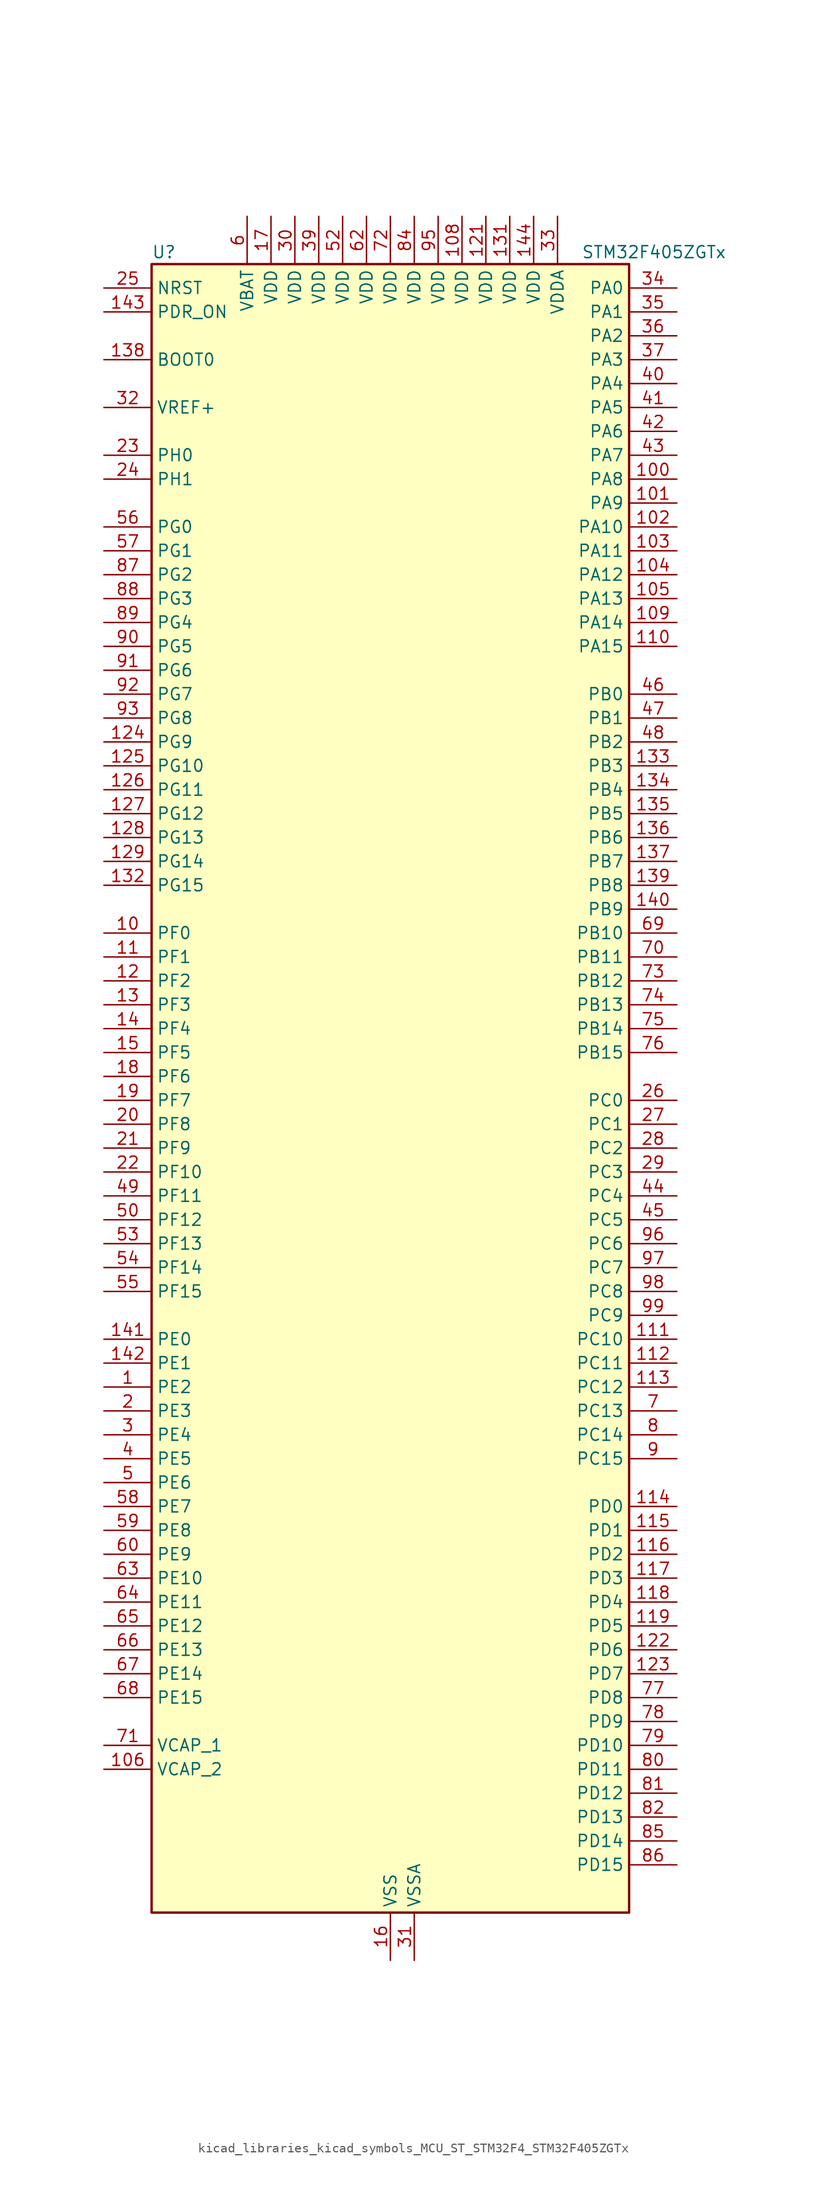
<source format=kicad_sym>
(kicad_symbol_lib
  (version 20220914)
  (generator kicad_symbol_editor)
  (symbol "kicad_libraries_kicad_symbols_MCU_ST_STM32F4_STM32F405ZGTx"
    (property "Reference" "U"
      (at -25.4 90.17 0)
      (effects (font (size 1.27 1.27)) (justify left)))
    (property "Value" "STM32F405ZGTx"
      (at 20.32 90.17 0)
      (effects (font (size 1.27 1.27)) (justify left)))
    (property "ki_locked" ""
      (at 0 0 0)
      (effects (font (size 1.27 1.27))))
    (symbol "kicad_libraries_kicad_symbols_MCU_ST_STM32F4_STM32F405ZGTx_0_1"
      (rectangle (start -25.4 -86.36) (end 25.4 88.9) (stroke (width 0.254) (type default)) (fill (type background))))
    (symbol "kicad_libraries_kicad_symbols_MCU_ST_STM32F4_STM32F405ZGTx_1_1"
      (pin bidirectional line (at -30.48 -30.48 0) (length 5.08) (name "PE2" (effects (font (size 1.27 1.27)))) (number "1" (effects (font (size 1.27 1.27)))) (alternate "FSMC_A23" bidirectional line) (alternate "SYS_TRACECLK" bidirectional line))
      (pin bidirectional line (at -30.48 17.78 0) (length 5.08) (name "PF0" (effects (font (size 1.27 1.27)))) (number "10" (effects (font (size 1.27 1.27)))) (alternate "FSMC_A0" bidirectional line) (alternate "I2C2_SDA" bidirectional line))
      (pin bidirectional line (at 30.48 66.04 180) (length 5.08) (name "PA8" (effects (font (size 1.27 1.27)))) (number "100" (effects (font (size 1.27 1.27)))) (alternate "I2C3_SCL" bidirectional line) (alternate "RCC_MCO_1" bidirectional line) (alternate "TIM1_CH1" bidirectional line) (alternate "USART1_CK" bidirectional line) (alternate "USB_OTG_FS_SOF" bidirectional line))
      (pin bidirectional line (at 30.48 63.5 180) (length 5.08) (name "PA9" (effects (font (size 1.27 1.27)))) (number "101" (effects (font (size 1.27 1.27)))) (alternate "DAC_EXTI9" bidirectional line) (alternate "I2C3_SMBA" bidirectional line) (alternate "TIM1_CH2" bidirectional line) (alternate "USART1_TX" bidirectional line) (alternate "USB_OTG_FS_VBUS" bidirectional line))
      (pin bidirectional line (at 30.48 60.96 180) (length 5.08) (name "PA10" (effects (font (size 1.27 1.27)))) (number "102" (effects (font (size 1.27 1.27)))) (alternate "TIM1_CH3" bidirectional line) (alternate "USART1_RX" bidirectional line) (alternate "USB_OTG_FS_ID" bidirectional line))
      (pin bidirectional line (at 30.48 58.42 180) (length 5.08) (name "PA11" (effects (font (size 1.27 1.27)))) (number "103" (effects (font (size 1.27 1.27)))) (alternate "ADC1_EXTI11" bidirectional line) (alternate "ADC2_EXTI11" bidirectional line) (alternate "ADC3_EXTI11" bidirectional line) (alternate "CAN1_RX" bidirectional line) (alternate "TIM1_CH4" bidirectional line) (alternate "USART1_CTS" bidirectional line) (alternate "USB_OTG_FS_DM" bidirectional line))
      (pin bidirectional line (at 30.48 55.88 180) (length 5.08) (name "PA12" (effects (font (size 1.27 1.27)))) (number "104" (effects (font (size 1.27 1.27)))) (alternate "CAN1_TX" bidirectional line) (alternate "TIM1_ETR" bidirectional line) (alternate "USART1_RTS" bidirectional line) (alternate "USB_OTG_FS_DP" bidirectional line))
      (pin bidirectional line (at 30.48 53.34 180) (length 5.08) (name "PA13" (effects (font (size 1.27 1.27)))) (number "105" (effects (font (size 1.27 1.27)))) (alternate "SYS_JTMS-SWDIO" bidirectional line))
      (pin power_out line (at -30.48 -71.12 0) (length 5.08) (name "VCAP_2" (effects (font (size 1.27 1.27)))) (number "106" (effects (font (size 1.27 1.27)))))
      (pin passive line (at 0 -91.44 90) (length 5.08) hide (name "VSS" (effects (font (size 1.27 1.27)))) (number "107" (effects (font (size 1.27 1.27)))))
      (pin power_in line (at 7.62 93.98 270) (length 5.08) (name "VDD" (effects (font (size 1.27 1.27)))) (number "108" (effects (font (size 1.27 1.27)))))
      (pin bidirectional line (at 30.48 50.8 180) (length 5.08) (name "PA14" (effects (font (size 1.27 1.27)))) (number "109" (effects (font (size 1.27 1.27)))) (alternate "SYS_JTCK-SWCLK" bidirectional line))
      (pin bidirectional line (at -30.48 15.24 0) (length 5.08) (name "PF1" (effects (font (size 1.27 1.27)))) (number "11" (effects (font (size 1.27 1.27)))) (alternate "FSMC_A1" bidirectional line) (alternate "I2C2_SCL" bidirectional line))
      (pin bidirectional line (at 30.48 48.26 180) (length 5.08) (name "PA15" (effects (font (size 1.27 1.27)))) (number "110" (effects (font (size 1.27 1.27)))) (alternate "ADC1_EXTI15" bidirectional line) (alternate "ADC2_EXTI15" bidirectional line) (alternate "ADC3_EXTI15" bidirectional line) (alternate "I2S3_WS" bidirectional line) (alternate "SPI1_NSS" bidirectional line) (alternate "SPI3_NSS" bidirectional line) (alternate "SYS_JTDI" bidirectional line) (alternate "TIM2_CH1" bidirectional line) (alternate "TIM2_ETR" bidirectional line))
      (pin bidirectional line (at 30.48 -25.4 180) (length 5.08) (name "PC10" (effects (font (size 1.27 1.27)))) (number "111" (effects (font (size 1.27 1.27)))) (alternate "I2S3_CK" bidirectional line) (alternate "SDIO_D2" bidirectional line) (alternate "SPI3_SCK" bidirectional line) (alternate "UART4_TX" bidirectional line) (alternate "USART3_TX" bidirectional line))
      (pin bidirectional line (at 30.48 -27.94 180) (length 5.08) (name "PC11" (effects (font (size 1.27 1.27)))) (number "112" (effects (font (size 1.27 1.27)))) (alternate "ADC1_EXTI11" bidirectional line) (alternate "ADC2_EXTI11" bidirectional line) (alternate "ADC3_EXTI11" bidirectional line) (alternate "I2S3_ext_SD" bidirectional line) (alternate "SDIO_D3" bidirectional line) (alternate "SPI3_MISO" bidirectional line) (alternate "UART4_RX" bidirectional line) (alternate "USART3_RX" bidirectional line))
      (pin bidirectional line (at 30.48 -30.48 180) (length 5.08) (name "PC12" (effects (font (size 1.27 1.27)))) (number "113" (effects (font (size 1.27 1.27)))) (alternate "I2S3_SD" bidirectional line) (alternate "SDIO_CK" bidirectional line) (alternate "SPI3_MOSI" bidirectional line) (alternate "UART5_TX" bidirectional line) (alternate "USART3_CK" bidirectional line))
      (pin bidirectional line (at 30.48 -43.18 180) (length 5.08) (name "PD0" (effects (font (size 1.27 1.27)))) (number "114" (effects (font (size 1.27 1.27)))) (alternate "CAN1_RX" bidirectional line) (alternate "FSMC_D2" bidirectional line) (alternate "FSMC_DA2" bidirectional line))
      (pin bidirectional line (at 30.48 -45.72 180) (length 5.08) (name "PD1" (effects (font (size 1.27 1.27)))) (number "115" (effects (font (size 1.27 1.27)))) (alternate "CAN1_TX" bidirectional line) (alternate "FSMC_D3" bidirectional line) (alternate "FSMC_DA3" bidirectional line))
      (pin bidirectional line (at 30.48 -48.26 180) (length 5.08) (name "PD2" (effects (font (size 1.27 1.27)))) (number "116" (effects (font (size 1.27 1.27)))) (alternate "SDIO_CMD" bidirectional line) (alternate "TIM3_ETR" bidirectional line) (alternate "UART5_RX" bidirectional line))
      (pin bidirectional line (at 30.48 -50.8 180) (length 5.08) (name "PD3" (effects (font (size 1.27 1.27)))) (number "117" (effects (font (size 1.27 1.27)))) (alternate "FSMC_CLK" bidirectional line) (alternate "USART2_CTS" bidirectional line))
      (pin bidirectional line (at 30.48 -53.34 180) (length 5.08) (name "PD4" (effects (font (size 1.27 1.27)))) (number "118" (effects (font (size 1.27 1.27)))) (alternate "FSMC_NOE" bidirectional line) (alternate "USART2_RTS" bidirectional line))
      (pin bidirectional line (at 30.48 -55.88 180) (length 5.08) (name "PD5" (effects (font (size 1.27 1.27)))) (number "119" (effects (font (size 1.27 1.27)))) (alternate "FSMC_NWE" bidirectional line) (alternate "USART2_TX" bidirectional line))
      (pin bidirectional line (at -30.48 12.7 0) (length 5.08) (name "PF2" (effects (font (size 1.27 1.27)))) (number "12" (effects (font (size 1.27 1.27)))) (alternate "FSMC_A2" bidirectional line) (alternate "I2C2_SMBA" bidirectional line))
      (pin passive line (at 0 -91.44 90) (length 5.08) hide (name "VSS" (effects (font (size 1.27 1.27)))) (number "120" (effects (font (size 1.27 1.27)))))
      (pin power_in line (at 10.16 93.98 270) (length 5.08) (name "VDD" (effects (font (size 1.27 1.27)))) (number "121" (effects (font (size 1.27 1.27)))))
      (pin bidirectional line (at 30.48 -58.42 180) (length 5.08) (name "PD6" (effects (font (size 1.27 1.27)))) (number "122" (effects (font (size 1.27 1.27)))) (alternate "FSMC_NWAIT" bidirectional line) (alternate "USART2_RX" bidirectional line))
      (pin bidirectional line (at 30.48 -60.96 180) (length 5.08) (name "PD7" (effects (font (size 1.27 1.27)))) (number "123" (effects (font (size 1.27 1.27)))) (alternate "FSMC_NCE2" bidirectional line) (alternate "FSMC_NE1" bidirectional line) (alternate "USART2_CK" bidirectional line))
      (pin bidirectional line (at -30.48 38.1 0) (length 5.08) (name "PG9" (effects (font (size 1.27 1.27)))) (number "124" (effects (font (size 1.27 1.27)))) (alternate "DAC_EXTI9" bidirectional line) (alternate "FSMC_NCE3" bidirectional line) (alternate "FSMC_NE2" bidirectional line) (alternate "USART6_RX" bidirectional line))
      (pin bidirectional line (at -30.48 35.56 0) (length 5.08) (name "PG10" (effects (font (size 1.27 1.27)))) (number "125" (effects (font (size 1.27 1.27)))) (alternate "FSMC_NCE4_1" bidirectional line) (alternate "FSMC_NE3" bidirectional line))
      (pin bidirectional line (at -30.48 33.02 0) (length 5.08) (name "PG11" (effects (font (size 1.27 1.27)))) (number "126" (effects (font (size 1.27 1.27)))) (alternate "ADC1_EXTI11" bidirectional line) (alternate "ADC2_EXTI11" bidirectional line) (alternate "ADC3_EXTI11" bidirectional line) (alternate "FSMC_NCE4_2" bidirectional line))
      (pin bidirectional line (at -30.48 30.48 0) (length 5.08) (name "PG12" (effects (font (size 1.27 1.27)))) (number "127" (effects (font (size 1.27 1.27)))) (alternate "FSMC_NE4" bidirectional line) (alternate "USART6_RTS" bidirectional line))
      (pin bidirectional line (at -30.48 27.94 0) (length 5.08) (name "PG13" (effects (font (size 1.27 1.27)))) (number "128" (effects (font (size 1.27 1.27)))) (alternate "FSMC_A24" bidirectional line) (alternate "USART6_CTS" bidirectional line))
      (pin bidirectional line (at -30.48 25.4 0) (length 5.08) (name "PG14" (effects (font (size 1.27 1.27)))) (number "129" (effects (font (size 1.27 1.27)))) (alternate "FSMC_A25" bidirectional line) (alternate "USART6_TX" bidirectional line))
      (pin bidirectional line (at -30.48 10.16 0) (length 5.08) (name "PF3" (effects (font (size 1.27 1.27)))) (number "13" (effects (font (size 1.27 1.27)))) (alternate "ADC3_IN9" bidirectional line) (alternate "FSMC_A3" bidirectional line))
      (pin passive line (at 0 -91.44 90) (length 5.08) hide (name "VSS" (effects (font (size 1.27 1.27)))) (number "130" (effects (font (size 1.27 1.27)))))
      (pin power_in line (at 12.7 93.98 270) (length 5.08) (name "VDD" (effects (font (size 1.27 1.27)))) (number "131" (effects (font (size 1.27 1.27)))))
      (pin bidirectional line (at -30.48 22.86 0) (length 5.08) (name "PG15" (effects (font (size 1.27 1.27)))) (number "132" (effects (font (size 1.27 1.27)))) (alternate "ADC1_EXTI15" bidirectional line) (alternate "ADC2_EXTI15" bidirectional line) (alternate "ADC3_EXTI15" bidirectional line) (alternate "USART6_CTS" bidirectional line))
      (pin bidirectional line (at 30.48 35.56 180) (length 5.08) (name "PB3" (effects (font (size 1.27 1.27)))) (number "133" (effects (font (size 1.27 1.27)))) (alternate "I2S3_CK" bidirectional line) (alternate "SPI1_SCK" bidirectional line) (alternate "SPI3_SCK" bidirectional line) (alternate "SYS_JTDO-SWO" bidirectional line) (alternate "TIM2_CH2" bidirectional line))
      (pin bidirectional line (at 30.48 33.02 180) (length 5.08) (name "PB4" (effects (font (size 1.27 1.27)))) (number "134" (effects (font (size 1.27 1.27)))) (alternate "I2S3_ext_SD" bidirectional line) (alternate "SPI1_MISO" bidirectional line) (alternate "SPI3_MISO" bidirectional line) (alternate "SYS_JTRST" bidirectional line) (alternate "TIM3_CH1" bidirectional line))
      (pin bidirectional line (at 30.48 30.48 180) (length 5.08) (name "PB5" (effects (font (size 1.27 1.27)))) (number "135" (effects (font (size 1.27 1.27)))) (alternate "CAN2_RX" bidirectional line) (alternate "I2C1_SMBA" bidirectional line) (alternate "I2S3_SD" bidirectional line) (alternate "SPI1_MOSI" bidirectional line) (alternate "SPI3_MOSI" bidirectional line) (alternate "TIM3_CH2" bidirectional line) (alternate "USB_OTG_HS_ULPI_D7" bidirectional line))
      (pin bidirectional line (at 30.48 27.94 180) (length 5.08) (name "PB6" (effects (font (size 1.27 1.27)))) (number "136" (effects (font (size 1.27 1.27)))) (alternate "CAN2_TX" bidirectional line) (alternate "I2C1_SCL" bidirectional line) (alternate "TIM4_CH1" bidirectional line) (alternate "USART1_TX" bidirectional line))
      (pin bidirectional line (at 30.48 25.4 180) (length 5.08) (name "PB7" (effects (font (size 1.27 1.27)))) (number "137" (effects (font (size 1.27 1.27)))) (alternate "FSMC_NL" bidirectional line) (alternate "I2C1_SDA" bidirectional line) (alternate "TIM4_CH2" bidirectional line) (alternate "USART1_RX" bidirectional line))
      (pin input line (at -30.48 78.74 0) (length 5.08) (name "BOOT0" (effects (font (size 1.27 1.27)))) (number "138" (effects (font (size 1.27 1.27)))))
      (pin bidirectional line (at 30.48 22.86 180) (length 5.08) (name "PB8" (effects (font (size 1.27 1.27)))) (number "139" (effects (font (size 1.27 1.27)))) (alternate "CAN1_RX" bidirectional line) (alternate "I2C1_SCL" bidirectional line) (alternate "SDIO_D4" bidirectional line) (alternate "TIM10_CH1" bidirectional line) (alternate "TIM4_CH3" bidirectional line))
      (pin bidirectional line (at -30.48 7.62 0) (length 5.08) (name "PF4" (effects (font (size 1.27 1.27)))) (number "14" (effects (font (size 1.27 1.27)))) (alternate "ADC3_IN14" bidirectional line) (alternate "FSMC_A4" bidirectional line))
      (pin bidirectional line (at 30.48 20.32 180) (length 5.08) (name "PB9" (effects (font (size 1.27 1.27)))) (number "140" (effects (font (size 1.27 1.27)))) (alternate "CAN1_TX" bidirectional line) (alternate "DAC_EXTI9" bidirectional line) (alternate "I2C1_SDA" bidirectional line) (alternate "I2S2_WS" bidirectional line) (alternate "SDIO_D5" bidirectional line) (alternate "SPI2_NSS" bidirectional line) (alternate "TIM11_CH1" bidirectional line) (alternate "TIM4_CH4" bidirectional line))
      (pin bidirectional line (at -30.48 -25.4 0) (length 5.08) (name "PE0" (effects (font (size 1.27 1.27)))) (number "141" (effects (font (size 1.27 1.27)))) (alternate "FSMC_NBL0" bidirectional line) (alternate "TIM4_ETR" bidirectional line))
      (pin bidirectional line (at -30.48 -27.94 0) (length 5.08) (name "PE1" (effects (font (size 1.27 1.27)))) (number "142" (effects (font (size 1.27 1.27)))) (alternate "FSMC_NBL1" bidirectional line))
      (pin input line (at -30.48 83.82 0) (length 5.08) (name "PDR_ON" (effects (font (size 1.27 1.27)))) (number "143" (effects (font (size 1.27 1.27)))))
      (pin power_in line (at 15.24 93.98 270) (length 5.08) (name "VDD" (effects (font (size 1.27 1.27)))) (number "144" (effects (font (size 1.27 1.27)))))
      (pin bidirectional line (at -30.48 5.08 0) (length 5.08) (name "PF5" (effects (font (size 1.27 1.27)))) (number "15" (effects (font (size 1.27 1.27)))) (alternate "ADC3_IN15" bidirectional line) (alternate "FSMC_A5" bidirectional line))
      (pin power_in line (at 0 -91.44 90) (length 5.08) (name "VSS" (effects (font (size 1.27 1.27)))) (number "16" (effects (font (size 1.27 1.27)))))
      (pin power_in line (at -12.7 93.98 270) (length 5.08) (name "VDD" (effects (font (size 1.27 1.27)))) (number "17" (effects (font (size 1.27 1.27)))))
      (pin bidirectional line (at -30.48 2.54 0) (length 5.08) (name "PF6" (effects (font (size 1.27 1.27)))) (number "18" (effects (font (size 1.27 1.27)))) (alternate "ADC3_IN4" bidirectional line) (alternate "FSMC_NIORD" bidirectional line) (alternate "TIM10_CH1" bidirectional line))
      (pin bidirectional line (at -30.48 0 0) (length 5.08) (name "PF7" (effects (font (size 1.27 1.27)))) (number "19" (effects (font (size 1.27 1.27)))) (alternate "ADC3_IN5" bidirectional line) (alternate "FSMC_NREG" bidirectional line) (alternate "TIM11_CH1" bidirectional line))
      (pin bidirectional line (at -30.48 -33.02 0) (length 5.08) (name "PE3" (effects (font (size 1.27 1.27)))) (number "2" (effects (font (size 1.27 1.27)))) (alternate "FSMC_A19" bidirectional line) (alternate "SYS_TRACED0" bidirectional line))
      (pin bidirectional line (at -30.48 -2.54 0) (length 5.08) (name "PF8" (effects (font (size 1.27 1.27)))) (number "20" (effects (font (size 1.27 1.27)))) (alternate "ADC3_IN6" bidirectional line) (alternate "FSMC_NIOWR" bidirectional line) (alternate "TIM13_CH1" bidirectional line))
      (pin bidirectional line (at -30.48 -5.08 0) (length 5.08) (name "PF9" (effects (font (size 1.27 1.27)))) (number "21" (effects (font (size 1.27 1.27)))) (alternate "ADC3_IN7" bidirectional line) (alternate "DAC_EXTI9" bidirectional line) (alternate "FSMC_CD" bidirectional line) (alternate "TIM14_CH1" bidirectional line))
      (pin bidirectional line (at -30.48 -7.62 0) (length 5.08) (name "PF10" (effects (font (size 1.27 1.27)))) (number "22" (effects (font (size 1.27 1.27)))) (alternate "ADC3_IN8" bidirectional line) (alternate "FSMC_INTR" bidirectional line))
      (pin bidirectional line (at -30.48 68.58 0) (length 5.08) (name "PH0" (effects (font (size 1.27 1.27)))) (number "23" (effects (font (size 1.27 1.27)))) (alternate "RCC_OSC_IN" bidirectional line))
      (pin bidirectional line (at -30.48 66.04 0) (length 5.08) (name "PH1" (effects (font (size 1.27 1.27)))) (number "24" (effects (font (size 1.27 1.27)))) (alternate "RCC_OSC_OUT" bidirectional line))
      (pin input line (at -30.48 86.36 0) (length 5.08) (name "NRST" (effects (font (size 1.27 1.27)))) (number "25" (effects (font (size 1.27 1.27)))))
      (pin bidirectional line (at 30.48 0 180) (length 5.08) (name "PC0" (effects (font (size 1.27 1.27)))) (number "26" (effects (font (size 1.27 1.27)))) (alternate "ADC1_IN10" bidirectional line) (alternate "ADC2_IN10" bidirectional line) (alternate "ADC3_IN10" bidirectional line) (alternate "USB_OTG_HS_ULPI_STP" bidirectional line))
      (pin bidirectional line (at 30.48 -2.54 180) (length 5.08) (name "PC1" (effects (font (size 1.27 1.27)))) (number "27" (effects (font (size 1.27 1.27)))) (alternate "ADC1_IN11" bidirectional line) (alternate "ADC2_IN11" bidirectional line) (alternate "ADC3_IN11" bidirectional line))
      (pin bidirectional line (at 30.48 -5.08 180) (length 5.08) (name "PC2" (effects (font (size 1.27 1.27)))) (number "28" (effects (font (size 1.27 1.27)))) (alternate "ADC1_IN12" bidirectional line) (alternate "ADC2_IN12" bidirectional line) (alternate "ADC3_IN12" bidirectional line) (alternate "I2S2_ext_SD" bidirectional line) (alternate "SPI2_MISO" bidirectional line) (alternate "USB_OTG_HS_ULPI_DIR" bidirectional line))
      (pin bidirectional line (at 30.48 -7.62 180) (length 5.08) (name "PC3" (effects (font (size 1.27 1.27)))) (number "29" (effects (font (size 1.27 1.27)))) (alternate "ADC1_IN13" bidirectional line) (alternate "ADC2_IN13" bidirectional line) (alternate "ADC3_IN13" bidirectional line) (alternate "I2S2_SD" bidirectional line) (alternate "SPI2_MOSI" bidirectional line) (alternate "USB_OTG_HS_ULPI_NXT" bidirectional line))
      (pin bidirectional line (at -30.48 -35.56 0) (length 5.08) (name "PE4" (effects (font (size 1.27 1.27)))) (number "3" (effects (font (size 1.27 1.27)))) (alternate "FSMC_A20" bidirectional line) (alternate "SYS_TRACED1" bidirectional line))
      (pin power_in line (at -10.16 93.98 270) (length 5.08) (name "VDD" (effects (font (size 1.27 1.27)))) (number "30" (effects (font (size 1.27 1.27)))))
      (pin power_in line (at 2.54 -91.44 90) (length 5.08) (name "VSSA" (effects (font (size 1.27 1.27)))) (number "31" (effects (font (size 1.27 1.27)))))
      (pin input line (at -30.48 73.66 0) (length 5.08) (name "VREF+" (effects (font (size 1.27 1.27)))) (number "32" (effects (font (size 1.27 1.27)))))
      (pin power_in line (at 17.78 93.98 270) (length 5.08) (name "VDDA" (effects (font (size 1.27 1.27)))) (number "33" (effects (font (size 1.27 1.27)))))
      (pin bidirectional line (at 30.48 86.36 180) (length 5.08) (name "PA0" (effects (font (size 1.27 1.27)))) (number "34" (effects (font (size 1.27 1.27)))) (alternate "ADC1_IN0" bidirectional line) (alternate "ADC2_IN0" bidirectional line) (alternate "ADC3_IN0" bidirectional line) (alternate "SYS_WKUP" bidirectional line) (alternate "TIM2_CH1" bidirectional line) (alternate "TIM2_ETR" bidirectional line) (alternate "TIM5_CH1" bidirectional line) (alternate "TIM8_ETR" bidirectional line) (alternate "UART4_TX" bidirectional line) (alternate "USART2_CTS" bidirectional line))
      (pin bidirectional line (at 30.48 83.82 180) (length 5.08) (name "PA1" (effects (font (size 1.27 1.27)))) (number "35" (effects (font (size 1.27 1.27)))) (alternate "ADC1_IN1" bidirectional line) (alternate "ADC2_IN1" bidirectional line) (alternate "ADC3_IN1" bidirectional line) (alternate "TIM2_CH2" bidirectional line) (alternate "TIM5_CH2" bidirectional line) (alternate "UART4_RX" bidirectional line) (alternate "USART2_RTS" bidirectional line))
      (pin bidirectional line (at 30.48 81.28 180) (length 5.08) (name "PA2" (effects (font (size 1.27 1.27)))) (number "36" (effects (font (size 1.27 1.27)))) (alternate "ADC1_IN2" bidirectional line) (alternate "ADC2_IN2" bidirectional line) (alternate "ADC3_IN2" bidirectional line) (alternate "TIM2_CH3" bidirectional line) (alternate "TIM5_CH3" bidirectional line) (alternate "TIM9_CH1" bidirectional line) (alternate "USART2_TX" bidirectional line))
      (pin bidirectional line (at 30.48 78.74 180) (length 5.08) (name "PA3" (effects (font (size 1.27 1.27)))) (number "37" (effects (font (size 1.27 1.27)))) (alternate "ADC1_IN3" bidirectional line) (alternate "ADC2_IN3" bidirectional line) (alternate "ADC3_IN3" bidirectional line) (alternate "TIM2_CH4" bidirectional line) (alternate "TIM5_CH4" bidirectional line) (alternate "TIM9_CH2" bidirectional line) (alternate "USART2_RX" bidirectional line) (alternate "USB_OTG_HS_ULPI_D0" bidirectional line))
      (pin passive line (at 0 -91.44 90) (length 5.08) hide (name "VSS" (effects (font (size 1.27 1.27)))) (number "38" (effects (font (size 1.27 1.27)))))
      (pin power_in line (at -7.62 93.98 270) (length 5.08) (name "VDD" (effects (font (size 1.27 1.27)))) (number "39" (effects (font (size 1.27 1.27)))))
      (pin bidirectional line (at -30.48 -38.1 0) (length 5.08) (name "PE5" (effects (font (size 1.27 1.27)))) (number "4" (effects (font (size 1.27 1.27)))) (alternate "FSMC_A21" bidirectional line) (alternate "SYS_TRACED2" bidirectional line) (alternate "TIM9_CH1" bidirectional line))
      (pin bidirectional line (at 30.48 76.2 180) (length 5.08) (name "PA4" (effects (font (size 1.27 1.27)))) (number "40" (effects (font (size 1.27 1.27)))) (alternate "ADC1_IN4" bidirectional line) (alternate "ADC2_IN4" bidirectional line) (alternate "DAC_OUT1" bidirectional line) (alternate "I2S3_WS" bidirectional line) (alternate "SPI1_NSS" bidirectional line) (alternate "SPI3_NSS" bidirectional line) (alternate "USART2_CK" bidirectional line) (alternate "USB_OTG_HS_SOF" bidirectional line))
      (pin bidirectional line (at 30.48 73.66 180) (length 5.08) (name "PA5" (effects (font (size 1.27 1.27)))) (number "41" (effects (font (size 1.27 1.27)))) (alternate "ADC1_IN5" bidirectional line) (alternate "ADC2_IN5" bidirectional line) (alternate "DAC_OUT2" bidirectional line) (alternate "SPI1_SCK" bidirectional line) (alternate "TIM2_CH1" bidirectional line) (alternate "TIM2_ETR" bidirectional line) (alternate "TIM8_CH1N" bidirectional line) (alternate "USB_OTG_HS_ULPI_CK" bidirectional line))
      (pin bidirectional line (at 30.48 71.12 180) (length 5.08) (name "PA6" (effects (font (size 1.27 1.27)))) (number "42" (effects (font (size 1.27 1.27)))) (alternate "ADC1_IN6" bidirectional line) (alternate "ADC2_IN6" bidirectional line) (alternate "SPI1_MISO" bidirectional line) (alternate "TIM13_CH1" bidirectional line) (alternate "TIM1_BKIN" bidirectional line) (alternate "TIM3_CH1" bidirectional line) (alternate "TIM8_BKIN" bidirectional line))
      (pin bidirectional line (at 30.48 68.58 180) (length 5.08) (name "PA7" (effects (font (size 1.27 1.27)))) (number "43" (effects (font (size 1.27 1.27)))) (alternate "ADC1_IN7" bidirectional line) (alternate "ADC2_IN7" bidirectional line) (alternate "SPI1_MOSI" bidirectional line) (alternate "TIM14_CH1" bidirectional line) (alternate "TIM1_CH1N" bidirectional line) (alternate "TIM3_CH2" bidirectional line) (alternate "TIM8_CH1N" bidirectional line))
      (pin bidirectional line (at 30.48 -10.16 180) (length 5.08) (name "PC4" (effects (font (size 1.27 1.27)))) (number "44" (effects (font (size 1.27 1.27)))) (alternate "ADC1_IN14" bidirectional line) (alternate "ADC2_IN14" bidirectional line))
      (pin bidirectional line (at 30.48 -12.7 180) (length 5.08) (name "PC5" (effects (font (size 1.27 1.27)))) (number "45" (effects (font (size 1.27 1.27)))) (alternate "ADC1_IN15" bidirectional line) (alternate "ADC2_IN15" bidirectional line))
      (pin bidirectional line (at 30.48 43.18 180) (length 5.08) (name "PB0" (effects (font (size 1.27 1.27)))) (number "46" (effects (font (size 1.27 1.27)))) (alternate "ADC1_IN8" bidirectional line) (alternate "ADC2_IN8" bidirectional line) (alternate "TIM1_CH2N" bidirectional line) (alternate "TIM3_CH3" bidirectional line) (alternate "TIM8_CH2N" bidirectional line) (alternate "USB_OTG_HS_ULPI_D1" bidirectional line))
      (pin bidirectional line (at 30.48 40.64 180) (length 5.08) (name "PB1" (effects (font (size 1.27 1.27)))) (number "47" (effects (font (size 1.27 1.27)))) (alternate "ADC1_IN9" bidirectional line) (alternate "ADC2_IN9" bidirectional line) (alternate "TIM1_CH3N" bidirectional line) (alternate "TIM3_CH4" bidirectional line) (alternate "TIM8_CH3N" bidirectional line) (alternate "USB_OTG_HS_ULPI_D2" bidirectional line))
      (pin bidirectional line (at 30.48 38.1 180) (length 5.08) (name "PB2" (effects (font (size 1.27 1.27)))) (number "48" (effects (font (size 1.27 1.27)))))
      (pin bidirectional line (at -30.48 -10.16 0) (length 5.08) (name "PF11" (effects (font (size 1.27 1.27)))) (number "49" (effects (font (size 1.27 1.27)))) (alternate "ADC1_EXTI11" bidirectional line) (alternate "ADC2_EXTI11" bidirectional line) (alternate "ADC3_EXTI11" bidirectional line))
      (pin bidirectional line (at -30.48 -40.64 0) (length 5.08) (name "PE6" (effects (font (size 1.27 1.27)))) (number "5" (effects (font (size 1.27 1.27)))) (alternate "FSMC_A22" bidirectional line) (alternate "SYS_TRACED3" bidirectional line) (alternate "TIM9_CH2" bidirectional line))
      (pin bidirectional line (at -30.48 -12.7 0) (length 5.08) (name "PF12" (effects (font (size 1.27 1.27)))) (number "50" (effects (font (size 1.27 1.27)))) (alternate "FSMC_A6" bidirectional line))
      (pin passive line (at 0 -91.44 90) (length 5.08) hide (name "VSS" (effects (font (size 1.27 1.27)))) (number "51" (effects (font (size 1.27 1.27)))))
      (pin power_in line (at -5.08 93.98 270) (length 5.08) (name "VDD" (effects (font (size 1.27 1.27)))) (number "52" (effects (font (size 1.27 1.27)))))
      (pin bidirectional line (at -30.48 -15.24 0) (length 5.08) (name "PF13" (effects (font (size 1.27 1.27)))) (number "53" (effects (font (size 1.27 1.27)))) (alternate "FSMC_A7" bidirectional line))
      (pin bidirectional line (at -30.48 -17.78 0) (length 5.08) (name "PF14" (effects (font (size 1.27 1.27)))) (number "54" (effects (font (size 1.27 1.27)))) (alternate "FSMC_A8" bidirectional line))
      (pin bidirectional line (at -30.48 -20.32 0) (length 5.08) (name "PF15" (effects (font (size 1.27 1.27)))) (number "55" (effects (font (size 1.27 1.27)))) (alternate "ADC1_EXTI15" bidirectional line) (alternate "ADC2_EXTI15" bidirectional line) (alternate "ADC3_EXTI15" bidirectional line) (alternate "FSMC_A9" bidirectional line))
      (pin bidirectional line (at -30.48 60.96 0) (length 5.08) (name "PG0" (effects (font (size 1.27 1.27)))) (number "56" (effects (font (size 1.27 1.27)))) (alternate "FSMC_A10" bidirectional line))
      (pin bidirectional line (at -30.48 58.42 0) (length 5.08) (name "PG1" (effects (font (size 1.27 1.27)))) (number "57" (effects (font (size 1.27 1.27)))) (alternate "FSMC_A11" bidirectional line))
      (pin bidirectional line (at -30.48 -43.18 0) (length 5.08) (name "PE7" (effects (font (size 1.27 1.27)))) (number "58" (effects (font (size 1.27 1.27)))) (alternate "FSMC_D4" bidirectional line) (alternate "FSMC_DA4" bidirectional line) (alternate "TIM1_ETR" bidirectional line))
      (pin bidirectional line (at -30.48 -45.72 0) (length 5.08) (name "PE8" (effects (font (size 1.27 1.27)))) (number "59" (effects (font (size 1.27 1.27)))) (alternate "FSMC_D5" bidirectional line) (alternate "FSMC_DA5" bidirectional line) (alternate "TIM1_CH1N" bidirectional line))
      (pin power_in line (at -15.24 93.98 270) (length 5.08) (name "VBAT" (effects (font (size 1.27 1.27)))) (number "6" (effects (font (size 1.27 1.27)))))
      (pin bidirectional line (at -30.48 -48.26 0) (length 5.08) (name "PE9" (effects (font (size 1.27 1.27)))) (number "60" (effects (font (size 1.27 1.27)))) (alternate "DAC_EXTI9" bidirectional line) (alternate "FSMC_D6" bidirectional line) (alternate "FSMC_DA6" bidirectional line) (alternate "TIM1_CH1" bidirectional line))
      (pin passive line (at 0 -91.44 90) (length 5.08) hide (name "VSS" (effects (font (size 1.27 1.27)))) (number "61" (effects (font (size 1.27 1.27)))))
      (pin power_in line (at -2.54 93.98 270) (length 5.08) (name "VDD" (effects (font (size 1.27 1.27)))) (number "62" (effects (font (size 1.27 1.27)))))
      (pin bidirectional line (at -30.48 -50.8 0) (length 5.08) (name "PE10" (effects (font (size 1.27 1.27)))) (number "63" (effects (font (size 1.27 1.27)))) (alternate "FSMC_D7" bidirectional line) (alternate "FSMC_DA7" bidirectional line) (alternate "TIM1_CH2N" bidirectional line))
      (pin bidirectional line (at -30.48 -53.34 0) (length 5.08) (name "PE11" (effects (font (size 1.27 1.27)))) (number "64" (effects (font (size 1.27 1.27)))) (alternate "ADC1_EXTI11" bidirectional line) (alternate "ADC2_EXTI11" bidirectional line) (alternate "ADC3_EXTI11" bidirectional line) (alternate "FSMC_D8" bidirectional line) (alternate "FSMC_DA8" bidirectional line) (alternate "TIM1_CH2" bidirectional line))
      (pin bidirectional line (at -30.48 -55.88 0) (length 5.08) (name "PE12" (effects (font (size 1.27 1.27)))) (number "65" (effects (font (size 1.27 1.27)))) (alternate "FSMC_D9" bidirectional line) (alternate "FSMC_DA9" bidirectional line) (alternate "TIM1_CH3N" bidirectional line))
      (pin bidirectional line (at -30.48 -58.42 0) (length 5.08) (name "PE13" (effects (font (size 1.27 1.27)))) (number "66" (effects (font (size 1.27 1.27)))) (alternate "FSMC_D10" bidirectional line) (alternate "FSMC_DA10" bidirectional line) (alternate "TIM1_CH3" bidirectional line))
      (pin bidirectional line (at -30.48 -60.96 0) (length 5.08) (name "PE14" (effects (font (size 1.27 1.27)))) (number "67" (effects (font (size 1.27 1.27)))) (alternate "FSMC_D11" bidirectional line) (alternate "FSMC_DA11" bidirectional line) (alternate "TIM1_CH4" bidirectional line))
      (pin bidirectional line (at -30.48 -63.5 0) (length 5.08) (name "PE15" (effects (font (size 1.27 1.27)))) (number "68" (effects (font (size 1.27 1.27)))) (alternate "ADC1_EXTI15" bidirectional line) (alternate "ADC2_EXTI15" bidirectional line) (alternate "ADC3_EXTI15" bidirectional line) (alternate "FSMC_D12" bidirectional line) (alternate "FSMC_DA12" bidirectional line) (alternate "TIM1_BKIN" bidirectional line))
      (pin bidirectional line (at 30.48 17.78 180) (length 5.08) (name "PB10" (effects (font (size 1.27 1.27)))) (number "69" (effects (font (size 1.27 1.27)))) (alternate "I2C2_SCL" bidirectional line) (alternate "I2S2_CK" bidirectional line) (alternate "SPI2_SCK" bidirectional line) (alternate "TIM2_CH3" bidirectional line) (alternate "USART3_TX" bidirectional line) (alternate "USB_OTG_HS_ULPI_D3" bidirectional line))
      (pin bidirectional line (at 30.48 -33.02 180) (length 5.08) (name "PC13" (effects (font (size 1.27 1.27)))) (number "7" (effects (font (size 1.27 1.27)))) (alternate "RTC_AF1" bidirectional line))
      (pin bidirectional line (at 30.48 15.24 180) (length 5.08) (name "PB11" (effects (font (size 1.27 1.27)))) (number "70" (effects (font (size 1.27 1.27)))) (alternate "ADC1_EXTI11" bidirectional line) (alternate "ADC2_EXTI11" bidirectional line) (alternate "ADC3_EXTI11" bidirectional line) (alternate "I2C2_SDA" bidirectional line) (alternate "TIM2_CH4" bidirectional line) (alternate "USART3_RX" bidirectional line) (alternate "USB_OTG_HS_ULPI_D4" bidirectional line))
      (pin power_out line (at -30.48 -68.58 0) (length 5.08) (name "VCAP_1" (effects (font (size 1.27 1.27)))) (number "71" (effects (font (size 1.27 1.27)))))
      (pin power_in line (at 0 93.98 270) (length 5.08) (name "VDD" (effects (font (size 1.27 1.27)))) (number "72" (effects (font (size 1.27 1.27)))))
      (pin bidirectional line (at 30.48 12.7 180) (length 5.08) (name "PB12" (effects (font (size 1.27 1.27)))) (number "73" (effects (font (size 1.27 1.27)))) (alternate "CAN2_RX" bidirectional line) (alternate "I2C2_SMBA" bidirectional line) (alternate "I2S2_WS" bidirectional line) (alternate "SPI2_NSS" bidirectional line) (alternate "TIM1_BKIN" bidirectional line) (alternate "USART3_CK" bidirectional line) (alternate "USB_OTG_HS_ID" bidirectional line) (alternate "USB_OTG_HS_ULPI_D5" bidirectional line))
      (pin bidirectional line (at 30.48 10.16 180) (length 5.08) (name "PB13" (effects (font (size 1.27 1.27)))) (number "74" (effects (font (size 1.27 1.27)))) (alternate "CAN2_TX" bidirectional line) (alternate "I2S2_CK" bidirectional line) (alternate "SPI2_SCK" bidirectional line) (alternate "TIM1_CH1N" bidirectional line) (alternate "USART3_CTS" bidirectional line) (alternate "USB_OTG_HS_ULPI_D6" bidirectional line) (alternate "USB_OTG_HS_VBUS" bidirectional line))
      (pin bidirectional line (at 30.48 7.62 180) (length 5.08) (name "PB14" (effects (font (size 1.27 1.27)))) (number "75" (effects (font (size 1.27 1.27)))) (alternate "I2S2_ext_SD" bidirectional line) (alternate "SPI2_MISO" bidirectional line) (alternate "TIM12_CH1" bidirectional line) (alternate "TIM1_CH2N" bidirectional line) (alternate "TIM8_CH2N" bidirectional line) (alternate "USART3_RTS" bidirectional line) (alternate "USB_OTG_HS_DM" bidirectional line))
      (pin bidirectional line (at 30.48 5.08 180) (length 5.08) (name "PB15" (effects (font (size 1.27 1.27)))) (number "76" (effects (font (size 1.27 1.27)))) (alternate "ADC1_EXTI15" bidirectional line) (alternate "ADC2_EXTI15" bidirectional line) (alternate "ADC3_EXTI15" bidirectional line) (alternate "I2S2_SD" bidirectional line) (alternate "RTC_REFIN" bidirectional line) (alternate "SPI2_MOSI" bidirectional line) (alternate "TIM12_CH2" bidirectional line) (alternate "TIM1_CH3N" bidirectional line) (alternate "TIM8_CH3N" bidirectional line) (alternate "USB_OTG_HS_DP" bidirectional line))
      (pin bidirectional line (at 30.48 -63.5 180) (length 5.08) (name "PD8" (effects (font (size 1.27 1.27)))) (number "77" (effects (font (size 1.27 1.27)))) (alternate "FSMC_D13" bidirectional line) (alternate "FSMC_DA13" bidirectional line) (alternate "USART3_TX" bidirectional line))
      (pin bidirectional line (at 30.48 -66.04 180) (length 5.08) (name "PD9" (effects (font (size 1.27 1.27)))) (number "78" (effects (font (size 1.27 1.27)))) (alternate "DAC_EXTI9" bidirectional line) (alternate "FSMC_D14" bidirectional line) (alternate "FSMC_DA14" bidirectional line) (alternate "USART3_RX" bidirectional line))
      (pin bidirectional line (at 30.48 -68.58 180) (length 5.08) (name "PD10" (effects (font (size 1.27 1.27)))) (number "79" (effects (font (size 1.27 1.27)))) (alternate "FSMC_D15" bidirectional line) (alternate "FSMC_DA15" bidirectional line) (alternate "USART3_CK" bidirectional line))
      (pin bidirectional line (at 30.48 -35.56 180) (length 5.08) (name "PC14" (effects (font (size 1.27 1.27)))) (number "8" (effects (font (size 1.27 1.27)))) (alternate "RCC_OSC32_IN" bidirectional line))
      (pin bidirectional line (at 30.48 -71.12 180) (length 5.08) (name "PD11" (effects (font (size 1.27 1.27)))) (number "80" (effects (font (size 1.27 1.27)))) (alternate "ADC1_EXTI11" bidirectional line) (alternate "ADC2_EXTI11" bidirectional line) (alternate "ADC3_EXTI11" bidirectional line) (alternate "FSMC_A16" bidirectional line) (alternate "FSMC_CLE" bidirectional line) (alternate "USART3_CTS" bidirectional line))
      (pin bidirectional line (at 30.48 -73.66 180) (length 5.08) (name "PD12" (effects (font (size 1.27 1.27)))) (number "81" (effects (font (size 1.27 1.27)))) (alternate "FSMC_A17" bidirectional line) (alternate "FSMC_ALE" bidirectional line) (alternate "TIM4_CH1" bidirectional line) (alternate "USART3_RTS" bidirectional line))
      (pin bidirectional line (at 30.48 -76.2 180) (length 5.08) (name "PD13" (effects (font (size 1.27 1.27)))) (number "82" (effects (font (size 1.27 1.27)))) (alternate "FSMC_A18" bidirectional line) (alternate "TIM4_CH2" bidirectional line))
      (pin passive line (at 0 -91.44 90) (length 5.08) hide (name "VSS" (effects (font (size 1.27 1.27)))) (number "83" (effects (font (size 1.27 1.27)))))
      (pin power_in line (at 2.54 93.98 270) (length 5.08) (name "VDD" (effects (font (size 1.27 1.27)))) (number "84" (effects (font (size 1.27 1.27)))))
      (pin bidirectional line (at 30.48 -78.74 180) (length 5.08) (name "PD14" (effects (font (size 1.27 1.27)))) (number "85" (effects (font (size 1.27 1.27)))) (alternate "FSMC_D0" bidirectional line) (alternate "FSMC_DA0" bidirectional line) (alternate "TIM4_CH3" bidirectional line))
      (pin bidirectional line (at 30.48 -81.28 180) (length 5.08) (name "PD15" (effects (font (size 1.27 1.27)))) (number "86" (effects (font (size 1.27 1.27)))) (alternate "ADC1_EXTI15" bidirectional line) (alternate "ADC2_EXTI15" bidirectional line) (alternate "ADC3_EXTI15" bidirectional line) (alternate "FSMC_D1" bidirectional line) (alternate "FSMC_DA1" bidirectional line) (alternate "TIM4_CH4" bidirectional line))
      (pin bidirectional line (at -30.48 55.88 0) (length 5.08) (name "PG2" (effects (font (size 1.27 1.27)))) (number "87" (effects (font (size 1.27 1.27)))) (alternate "FSMC_A12" bidirectional line))
      (pin bidirectional line (at -30.48 53.34 0) (length 5.08) (name "PG3" (effects (font (size 1.27 1.27)))) (number "88" (effects (font (size 1.27 1.27)))) (alternate "FSMC_A13" bidirectional line))
      (pin bidirectional line (at -30.48 50.8 0) (length 5.08) (name "PG4" (effects (font (size 1.27 1.27)))) (number "89" (effects (font (size 1.27 1.27)))) (alternate "FSMC_A14" bidirectional line))
      (pin bidirectional line (at 30.48 -38.1 180) (length 5.08) (name "PC15" (effects (font (size 1.27 1.27)))) (number "9" (effects (font (size 1.27 1.27)))) (alternate "ADC1_EXTI15" bidirectional line) (alternate "ADC2_EXTI15" bidirectional line) (alternate "ADC3_EXTI15" bidirectional line) (alternate "RCC_OSC32_OUT" bidirectional line))
      (pin bidirectional line (at -30.48 48.26 0) (length 5.08) (name "PG5" (effects (font (size 1.27 1.27)))) (number "90" (effects (font (size 1.27 1.27)))) (alternate "FSMC_A15" bidirectional line))
      (pin bidirectional line (at -30.48 45.72 0) (length 5.08) (name "PG6" (effects (font (size 1.27 1.27)))) (number "91" (effects (font (size 1.27 1.27)))) (alternate "FSMC_INT2" bidirectional line))
      (pin bidirectional line (at -30.48 43.18 0) (length 5.08) (name "PG7" (effects (font (size 1.27 1.27)))) (number "92" (effects (font (size 1.27 1.27)))) (alternate "FSMC_INT3" bidirectional line) (alternate "USART6_CK" bidirectional line))
      (pin bidirectional line (at -30.48 40.64 0) (length 5.08) (name "PG8" (effects (font (size 1.27 1.27)))) (number "93" (effects (font (size 1.27 1.27)))) (alternate "USART6_RTS" bidirectional line))
      (pin passive line (at 0 -91.44 90) (length 5.08) hide (name "VSS" (effects (font (size 1.27 1.27)))) (number "94" (effects (font (size 1.27 1.27)))))
      (pin power_in line (at 5.08 93.98 270) (length 5.08) (name "VDD" (effects (font (size 1.27 1.27)))) (number "95" (effects (font (size 1.27 1.27)))))
      (pin bidirectional line (at 30.48 -15.24 180) (length 5.08) (name "PC6" (effects (font (size 1.27 1.27)))) (number "96" (effects (font (size 1.27 1.27)))) (alternate "I2S2_MCK" bidirectional line) (alternate "SDIO_D6" bidirectional line) (alternate "TIM3_CH1" bidirectional line) (alternate "TIM8_CH1" bidirectional line) (alternate "USART6_TX" bidirectional line))
      (pin bidirectional line (at 30.48 -17.78 180) (length 5.08) (name "PC7" (effects (font (size 1.27 1.27)))) (number "97" (effects (font (size 1.27 1.27)))) (alternate "I2S3_MCK" bidirectional line) (alternate "SDIO_D7" bidirectional line) (alternate "TIM3_CH2" bidirectional line) (alternate "TIM8_CH2" bidirectional line) (alternate "USART6_RX" bidirectional line))
      (pin bidirectional line (at 30.48 -20.32 180) (length 5.08) (name "PC8" (effects (font (size 1.27 1.27)))) (number "98" (effects (font (size 1.27 1.27)))) (alternate "SDIO_D0" bidirectional line) (alternate "TIM3_CH3" bidirectional line) (alternate "TIM8_CH3" bidirectional line) (alternate "USART6_CK" bidirectional line))
      (pin bidirectional line (at 30.48 -22.86 180) (length 5.08) (name "PC9" (effects (font (size 1.27 1.27)))) (number "99" (effects (font (size 1.27 1.27)))) (alternate "DAC_EXTI9" bidirectional line) (alternate "I2C3_SDA" bidirectional line) (alternate "I2S_CKIN" bidirectional line) (alternate "RCC_MCO_2" bidirectional line) (alternate "SDIO_D1" bidirectional line) (alternate "TIM3_CH4" bidirectional line) (alternate "TIM8_CH4" bidirectional line)))))
</source>
